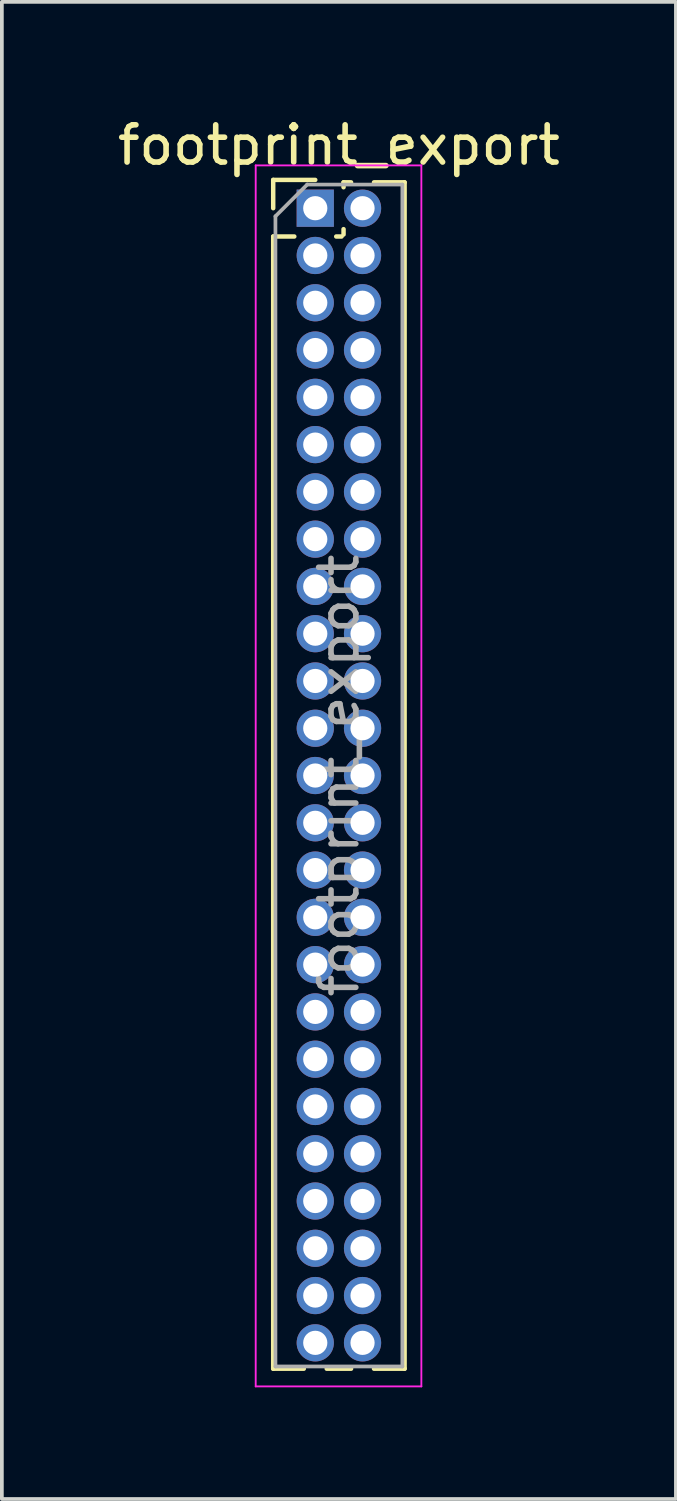
<source format=kicad_pcb>
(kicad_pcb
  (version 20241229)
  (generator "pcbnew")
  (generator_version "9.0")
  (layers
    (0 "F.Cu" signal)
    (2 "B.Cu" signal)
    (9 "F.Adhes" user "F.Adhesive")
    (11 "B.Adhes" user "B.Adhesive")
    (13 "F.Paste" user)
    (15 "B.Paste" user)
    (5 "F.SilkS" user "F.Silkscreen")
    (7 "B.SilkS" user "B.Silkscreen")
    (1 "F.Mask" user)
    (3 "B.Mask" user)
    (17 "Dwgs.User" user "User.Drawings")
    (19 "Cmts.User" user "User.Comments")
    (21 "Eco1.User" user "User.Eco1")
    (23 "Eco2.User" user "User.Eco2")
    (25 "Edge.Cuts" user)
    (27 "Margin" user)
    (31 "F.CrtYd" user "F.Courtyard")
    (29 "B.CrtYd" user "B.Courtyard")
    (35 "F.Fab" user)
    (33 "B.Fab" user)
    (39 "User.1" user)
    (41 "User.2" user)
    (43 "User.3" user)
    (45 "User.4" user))
  (footprint "footprint_export"
    (layer "F.Cu")
    (at 5.419 2.543)
    (property "Reference" "footprint_export" (at 0.635 -1.695 0) (layer "F.SilkS") (effects (font (size 1 1) (thickness 0.15))))
    (attr through_hole)
    (fp_line (start -1.13 -0.76) (end 0 -0.76) (stroke (width 0.12) (type solid)) (layer "F.SilkS"))
    (fp_line (start -1.13 0) (end -1.13 -0.76) (stroke (width 0.12) (type solid)) (layer "F.SilkS"))
    (fp_line (start -1.13 0.76) (end -1.13 31.175) (stroke (width 0.12) (type solid)) (layer "F.SilkS"))
    (fp_line (start -1.13 0.76) (end -0.563 0.76) (stroke (width 0.12) (type solid)) (layer "F.SilkS"))
    (fp_line (start -1.13 31.175) (end -0.308 31.175) (stroke (width 0.12) (type solid)) (layer "F.SilkS"))
    (fp_line (start 0.308 31.175) (end 0.962 31.175) (stroke (width 0.12) (type solid)) (layer "F.SilkS"))
    (fp_line (start 0.563 0.76) (end 0.707 0.76) (stroke (width 0.12) (type solid)) (layer "F.SilkS"))
    (fp_line (start 0.76 -0.695) (end 0.962 -0.695) (stroke (width 0.12) (type solid)) (layer "F.SilkS"))
    (fp_line (start 0.76 -0.563) (end 0.76 -0.695) (stroke (width 0.12) (type solid)) (layer "F.SilkS"))
    (fp_line (start 0.76 0.707) (end 0.76 0.563) (stroke (width 0.12) (type solid)) (layer "F.SilkS"))
    (fp_line (start 1.578 -0.695) (end 2.4 -0.695) (stroke (width 0.12) (type solid)) (layer "F.SilkS"))
    (fp_line (start 1.578 31.175) (end 2.4 31.175) (stroke (width 0.12) (type solid)) (layer "F.SilkS"))
    (fp_line (start 2.4 -0.695) (end 2.4 31.175) (stroke (width 0.12) (type solid)) (layer "F.SilkS"))
    (fp_line (start -1.6 -1.15) (end -1.6 31.65) (stroke (width 0.05) (type solid)) (layer "F.CrtYd"))
    (fp_line (start -1.6 31.65) (end 2.85 31.65) (stroke (width 0.05) (type solid)) (layer "F.CrtYd"))
    (fp_line (start 2.85 -1.15) (end -1.6 -1.15) (stroke (width 0.05) (type solid)) (layer "F.CrtYd"))
    (fp_line (start 2.85 31.65) (end 2.85 -1.15) (stroke (width 0.05) (type solid)) (layer "F.CrtYd"))
    (fp_line (start -1.07 0.217) (end -0.217 -0.635) (stroke (width 0.1) (type solid)) (layer "F.Fab"))
    (fp_line (start -1.07 31.115) (end -1.07 0.217) (stroke (width 0.1) (type solid)) (layer "F.Fab"))
    (fp_line (start -0.217 -0.635) (end 2.34 -0.635) (stroke (width 0.1) (type solid)) (layer "F.Fab"))
    (fp_line (start 2.34 -0.635) (end 2.34 31.115) (stroke (width 0.1) (type solid)) (layer "F.Fab"))
    (fp_line (start 2.34 31.115) (end -1.07 31.115) (stroke (width 0.1) (type solid)) (layer "F.Fab"))
    (fp_text user "${REFERENCE}" (at 0.635 15.24 90) (layer "F.Fab") (effects (font (size 1 1) (thickness 0.15))))
    (pad "1" thru_hole rect (at 0 0) (size 1 1) (drill 0.65) (layers "*.Cu" "*.Mask"))
    (pad "2" thru_hole oval (at 1.27 0) (size 1 1) (drill 0.65) (layers "*.Cu" "*.Mask"))
    (pad "3" thru_hole oval (at 0 1.27) (size 1 1) (drill 0.65) (layers "*.Cu" "*.Mask"))
    (pad "4" thru_hole oval (at 1.27 1.27) (size 1 1) (drill 0.65) (layers "*.Cu" "*.Mask"))
    (pad "5" thru_hole oval (at 0 2.54) (size 1 1) (drill 0.65) (layers "*.Cu" "*.Mask"))
    (pad "6" thru_hole oval (at 1.27 2.54) (size 1 1) (drill 0.65) (layers "*.Cu" "*.Mask"))
    (pad "7" thru_hole oval (at 0 3.81) (size 1 1) (drill 0.65) (layers "*.Cu" "*.Mask"))
    (pad "8" thru_hole oval (at 1.27 3.81) (size 1 1) (drill 0.65) (layers "*.Cu" "*.Mask"))
    (pad "9" thru_hole oval (at 0 5.08) (size 1 1) (drill 0.65) (layers "*.Cu" "*.Mask"))
    (pad "10" thru_hole oval (at 1.27 5.08) (size 1 1) (drill 0.65) (layers "*.Cu" "*.Mask"))
    (pad "11" thru_hole oval (at 0 6.35) (size 1 1) (drill 0.65) (layers "*.Cu" "*.Mask"))
    (pad "12" thru_hole oval (at 1.27 6.35) (size 1 1) (drill 0.65) (layers "*.Cu" "*.Mask"))
    (pad "13" thru_hole oval (at 0 7.62) (size 1 1) (drill 0.65) (layers "*.Cu" "*.Mask"))
    (pad "14" thru_hole oval (at 1.27 7.62) (size 1 1) (drill 0.65) (layers "*.Cu" "*.Mask"))
    (pad "15" thru_hole oval (at 0 8.89) (size 1 1) (drill 0.65) (layers "*.Cu" "*.Mask"))
    (pad "16" thru_hole oval (at 1.27 8.89) (size 1 1) (drill 0.65) (layers "*.Cu" "*.Mask"))
    (pad "17" thru_hole oval (at 0 10.16) (size 1 1) (drill 0.65) (layers "*.Cu" "*.Mask"))
    (pad "18" thru_hole oval (at 1.27 10.16) (size 1 1) (drill 0.65) (layers "*.Cu" "*.Mask"))
    (pad "19" thru_hole oval (at 0 11.43) (size 1 1) (drill 0.65) (layers "*.Cu" "*.Mask"))
    (pad "20" thru_hole oval (at 1.27 11.43) (size 1 1) (drill 0.65) (layers "*.Cu" "*.Mask"))
    (pad "21" thru_hole oval (at 0 12.7) (size 1 1) (drill 0.65) (layers "*.Cu" "*.Mask"))
    (pad "22" thru_hole oval (at 1.27 12.7) (size 1 1) (drill 0.65) (layers "*.Cu" "*.Mask"))
    (pad "23" thru_hole oval (at 0 13.97) (size 1 1) (drill 0.65) (layers "*.Cu" "*.Mask"))
    (pad "24" thru_hole oval (at 1.27 13.97) (size 1 1) (drill 0.65) (layers "*.Cu" "*.Mask"))
    (pad "25" thru_hole oval (at 0 15.24) (size 1 1) (drill 0.65) (layers "*.Cu" "*.Mask"))
    (pad "26" thru_hole oval (at 1.27 15.24) (size 1 1) (drill 0.65) (layers "*.Cu" "*.Mask"))
    (pad "27" thru_hole oval (at 0 16.51) (size 1 1) (drill 0.65) (layers "*.Cu" "*.Mask"))
    (pad "28" thru_hole oval (at 1.27 16.51) (size 1 1) (drill 0.65) (layers "*.Cu" "*.Mask"))
    (pad "29" thru_hole oval (at 0 17.78) (size 1 1) (drill 0.65) (layers "*.Cu" "*.Mask"))
    (pad "30" thru_hole oval (at 1.27 17.78) (size 1 1) (drill 0.65) (layers "*.Cu" "*.Mask"))
    (pad "31" thru_hole oval (at 0 19.05) (size 1 1) (drill 0.65) (layers "*.Cu" "*.Mask"))
    (pad "32" thru_hole oval (at 1.27 19.05) (size 1 1) (drill 0.65) (layers "*.Cu" "*.Mask"))
    (pad "33" thru_hole oval (at 0 20.32) (size 1 1) (drill 0.65) (layers "*.Cu" "*.Mask"))
    (pad "34" thru_hole oval (at 1.27 20.32) (size 1 1) (drill 0.65) (layers "*.Cu" "*.Mask"))
    (pad "35" thru_hole oval (at 0 21.59) (size 1 1) (drill 0.65) (layers "*.Cu" "*.Mask"))
    (pad "36" thru_hole oval (at 1.27 21.59) (size 1 1) (drill 0.65) (layers "*.Cu" "*.Mask"))
    (pad "37" thru_hole oval (at 0 22.86) (size 1 1) (drill 0.65) (layers "*.Cu" "*.Mask"))
    (pad "38" thru_hole oval (at 1.27 22.86) (size 1 1) (drill 0.65) (layers "*.Cu" "*.Mask"))
    (pad "39" thru_hole oval (at 0 24.13) (size 1 1) (drill 0.65) (layers "*.Cu" "*.Mask"))
    (pad "40" thru_hole oval (at 1.27 24.13) (size 1 1) (drill 0.65) (layers "*.Cu" "*.Mask"))
    (pad "41" thru_hole oval (at 0 25.4) (size 1 1) (drill 0.65) (layers "*.Cu" "*.Mask"))
    (pad "42" thru_hole oval (at 1.27 25.4) (size 1 1) (drill 0.65) (layers "*.Cu" "*.Mask"))
    (pad "43" thru_hole oval (at 0 26.67) (size 1 1) (drill 0.65) (layers "*.Cu" "*.Mask"))
    (pad "44" thru_hole oval (at 1.27 26.67) (size 1 1) (drill 0.65) (layers "*.Cu" "*.Mask"))
    (pad "45" thru_hole oval (at 0 27.94) (size 1 1) (drill 0.65) (layers "*.Cu" "*.Mask"))
    (pad "46" thru_hole oval (at 1.27 27.94) (size 1 1) (drill 0.65) (layers "*.Cu" "*.Mask"))
    (pad "47" thru_hole oval (at 0 29.21) (size 1 1) (drill 0.65) (layers "*.Cu" "*.Mask"))
    (pad "48" thru_hole oval (at 1.27 29.21) (size 1 1) (drill 0.65) (layers "*.Cu" "*.Mask"))
    (pad "49" thru_hole oval (at 0 30.48) (size 1 1) (drill 0.65) (layers "*.Cu" "*.Mask"))
    (pad "50" thru_hole oval (at 1.27 30.48) (size 1 1) (drill 0.65) (layers "*.Cu" "*.Mask")))
  (gr_rect
    (start -3 -3)
    (end 15.107 37.218)
    (stroke (width 0.1) (type default))
    (fill no)
    (layer "Edge.Cuts")))
</source>
